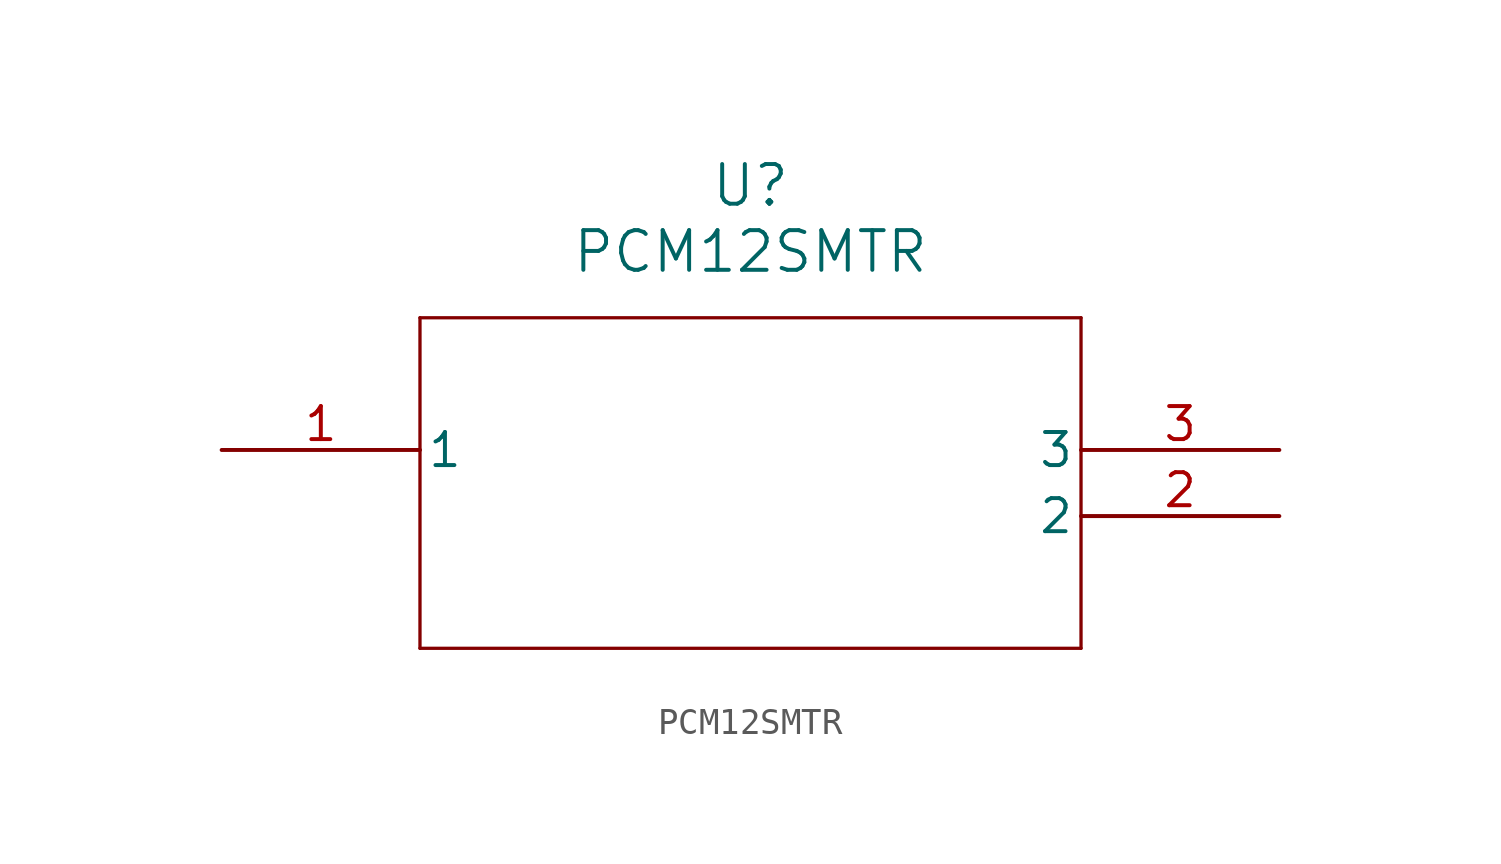
<source format=kicad_sym>
(kicad_symbol_lib
  (version 20211014)
  (generator kicad_symbol_editor)
  (symbol "PCM12SMTR"
    (pin_names
      (offset 0.254))
    (property "Reference" "U"
      (at 20.32 10.16 0)
      (effects (font (size 1.524 1.524))))
    (property "Value" "PCM12SMTR"
      (at 20.32 7.62 0)
      (effects (font (size 1.524 1.524))))
    (symbol "PCM12SMTR_0_1"
      (polyline (pts (xy 7.62 5.08) (xy 7.62 -7.62)) (stroke (width 0.127) (type default) (color 0 0 0 0)) (fill (type none)))
      (polyline (pts (xy 7.62 -7.62) (xy 33.02 -7.62)) (stroke (width 0.127) (type default) (color 0 0 0 0)) (fill (type none)))
      (polyline (pts (xy 33.02 -7.62) (xy 33.02 5.08)) (stroke (width 0.127) (type default) (color 0 0 0 0)) (fill (type none)))
      (polyline (pts (xy 33.02 5.08) (xy 7.62 5.08)) (stroke (width 0.127) (type default) (color 0 0 0 0)) (fill (type none)))
      (pin unspecified line (at 0 0 0) (length 7.62) (name "1" (effects (font (size 1.27 1.27)))) (number "1" (effects (font (size 1.27 1.27)))))
      (pin unspecified line (at 40.64 -2.54 180) (length 7.62) (name "2" (effects (font (size 1.27 1.27)))) (number "2" (effects (font (size 1.27 1.27)))))
      (pin unspecified line (at 40.64 0 180) (length 7.62) (name "3" (effects (font (size 1.27 1.27)))) (number "3" (effects (font (size 1.27 1.27))))))))
</source>
